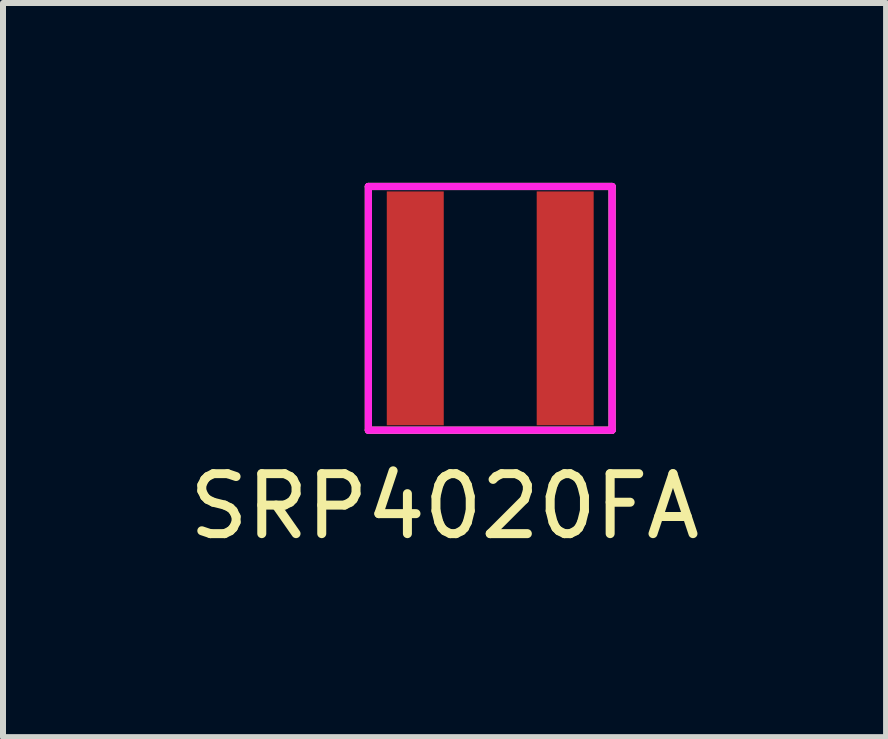
<source format=kicad_pcb>
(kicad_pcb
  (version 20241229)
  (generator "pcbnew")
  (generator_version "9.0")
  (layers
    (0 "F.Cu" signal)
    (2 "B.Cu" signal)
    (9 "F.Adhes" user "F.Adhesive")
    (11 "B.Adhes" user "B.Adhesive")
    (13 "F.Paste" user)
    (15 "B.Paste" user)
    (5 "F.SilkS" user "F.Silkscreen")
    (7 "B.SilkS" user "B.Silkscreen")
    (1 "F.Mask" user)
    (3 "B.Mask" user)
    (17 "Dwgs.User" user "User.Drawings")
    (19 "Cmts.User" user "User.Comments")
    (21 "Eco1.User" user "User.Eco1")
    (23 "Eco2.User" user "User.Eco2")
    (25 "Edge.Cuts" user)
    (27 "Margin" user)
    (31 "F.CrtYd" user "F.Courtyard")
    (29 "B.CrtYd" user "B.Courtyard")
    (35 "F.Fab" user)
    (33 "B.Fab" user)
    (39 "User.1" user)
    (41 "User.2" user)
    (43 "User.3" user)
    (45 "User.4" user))
  (footprint "SRP4020FA"
    (layer "F.Cu")
    (at 5.125 2.092)
    (property "Reference" "SRP4020FA" (at -0.762 3.302 0) (layer "F.SilkS") (effects (font (size 1 1) (thickness 0.15))))
    (attr through_hole)
    (fp_line (start -2.032 -2.032) (end -2.032 2.032) (stroke (width 0.12) (type solid)) (layer "F.SilkS"))
    (fp_line (start -2.032 2.032) (end 2.032 2.032) (stroke (width 0.12) (type solid)) (layer "F.SilkS"))
    (fp_line (start 2.032 -2.032) (end -2.032 -2.032) (stroke (width 0.12) (type solid)) (layer "F.SilkS"))
    (fp_line (start 2.032 2.032) (end 2.032 -2.032) (stroke (width 0.12) (type solid)) (layer "F.SilkS"))
    (fp_line (start -2.032 -2.032) (end -2.032 2.032) (stroke (width 0.12) (type solid)) (layer "F.CrtYd"))
    (fp_line (start -2.032 2.032) (end 2.032 2.032) (stroke (width 0.12) (type solid)) (layer "F.CrtYd"))
    (fp_line (start 2.032 -2.032) (end -2.032 -2.032) (stroke (width 0.12) (type solid)) (layer "F.CrtYd"))
    (fp_line (start 2.032 2.032) (end 2.032 -2.032) (stroke (width 0.12) (type solid)) (layer "F.CrtYd"))
    (pad "1" smd rect (at -1.25 0) (size 0.95 3.9) (layers "F.Cu" "F.Mask" "F.Paste"))
    (pad "2" smd rect (at 1.25 0) (size 0.95 3.9) (layers "F.Cu" "F.Mask" "F.Paste")))
  (gr_rect
    (start -3 -3)
    (end 11.726 9.242)
    (stroke (width 0.1) (type default))
    (fill no)
    (layer "Edge.Cuts")))
</source>
